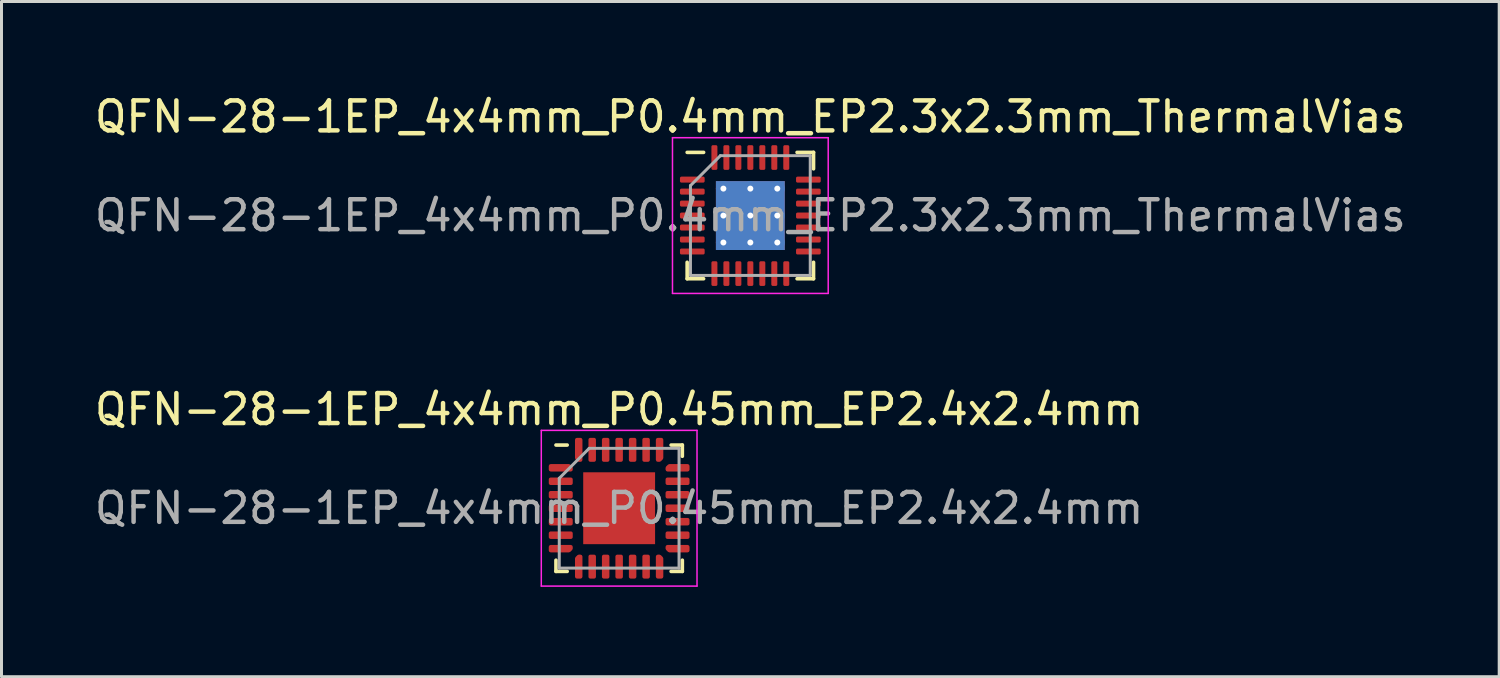
<source format=kicad_pcb>
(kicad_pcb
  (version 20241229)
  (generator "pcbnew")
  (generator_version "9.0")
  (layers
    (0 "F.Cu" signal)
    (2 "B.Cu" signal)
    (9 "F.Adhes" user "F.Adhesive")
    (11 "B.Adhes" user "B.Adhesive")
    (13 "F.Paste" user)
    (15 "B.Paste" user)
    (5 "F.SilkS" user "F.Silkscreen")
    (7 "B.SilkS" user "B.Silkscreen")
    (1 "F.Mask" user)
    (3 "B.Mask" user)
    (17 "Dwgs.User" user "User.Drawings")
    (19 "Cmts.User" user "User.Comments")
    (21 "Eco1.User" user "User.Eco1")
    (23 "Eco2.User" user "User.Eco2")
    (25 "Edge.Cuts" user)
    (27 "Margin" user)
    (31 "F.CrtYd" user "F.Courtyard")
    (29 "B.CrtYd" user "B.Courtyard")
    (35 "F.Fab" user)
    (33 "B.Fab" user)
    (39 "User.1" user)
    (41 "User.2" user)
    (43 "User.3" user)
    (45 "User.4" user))
  (footprint "QFN-28-1EP_4x4mm_P0.45mm_EP2.4x2.4mm"
    (layer "F.Cu")
    (at 17.625 13.921)
    (property "Reference" "QFN-28-1EP_4x4mm_P0.45mm_EP2.4x2.4mm" (at 0 -3.3 0) (layer "F.SilkS") (effects (font (size 1 1) (thickness 0.15))))
    (attr smd)
    (fp_line (start -2.11 2.11) (end -2.11 1.735) (stroke (width 0.12) (type solid)) (layer "F.SilkS"))
    (fp_line (start -1.735 -2.11) (end -2.11 -2.11) (stroke (width 0.12) (type solid)) (layer "F.SilkS"))
    (fp_line (start -1.735 2.11) (end -2.11 2.11) (stroke (width 0.12) (type solid)) (layer "F.SilkS"))
    (fp_line (start 1.735 -2.11) (end 2.11 -2.11) (stroke (width 0.12) (type solid)) (layer "F.SilkS"))
    (fp_line (start 1.735 2.11) (end 2.11 2.11) (stroke (width 0.12) (type solid)) (layer "F.SilkS"))
    (fp_line (start 2.11 -2.11) (end 2.11 -1.735) (stroke (width 0.12) (type solid)) (layer "F.SilkS"))
    (fp_line (start 2.11 2.11) (end 2.11 1.735) (stroke (width 0.12) (type solid)) (layer "F.SilkS"))
    (fp_line (start -2.6 -2.6) (end -2.6 2.6) (stroke (width 0.05) (type solid)) (layer "F.CrtYd"))
    (fp_line (start -2.6 2.6) (end 2.6 2.6) (stroke (width 0.05) (type solid)) (layer "F.CrtYd"))
    (fp_line (start 2.6 -2.6) (end -2.6 -2.6) (stroke (width 0.05) (type solid)) (layer "F.CrtYd"))
    (fp_line (start 2.6 2.6) (end 2.6 -2.6) (stroke (width 0.05) (type solid)) (layer "F.CrtYd"))
    (fp_line (start -2 -1) (end -1 -2) (stroke (width 0.1) (type solid)) (layer "F.Fab"))
    (fp_line (start -2 2) (end -2 -1) (stroke (width 0.1) (type solid)) (layer "F.Fab"))
    (fp_line (start -1 -2) (end 2 -2) (stroke (width 0.1) (type solid)) (layer "F.Fab"))
    (fp_line (start 2 -2) (end 2 2) (stroke (width 0.1) (type solid)) (layer "F.Fab"))
    (fp_line (start 2 2) (end -2 2) (stroke (width 0.1) (type solid)) (layer "F.Fab"))
    (fp_text user "${REFERENCE}" (at 0 0 0) (layer "F.Fab") (effects (font (size 1 1) (thickness 0.15))))
    (pad "" smd roundrect (at -0.6 -0.6) (size 0.97 0.97) (layers "F.Paste") (roundrect_rratio 0.25))
    (pad "" smd roundrect (at -0.6 0.6) (size 0.97 0.97) (layers "F.Paste") (roundrect_rratio 0.25))
    (pad "" smd roundrect (at 0.6 -0.6) (size 0.97 0.97) (layers "F.Paste") (roundrect_rratio 0.25))
    (pad "" smd roundrect (at 0.6 0.6) (size 0.97 0.97) (layers "F.Paste") (roundrect_rratio 0.25))
    (pad "1" smd custom (at -1.95 -1.35) (size 0.179 0.179) (layers "F.Cu" "F.Mask" "F.Paste") (options (anchor circle)) (primitives (gr_poly (pts (xy -0.338 -0.062) (xy 0.274 -0.062) (xy 0.338 0.001) (xy 0.338 0.062) (xy -0.338 0.062)) (width 0.125) (fill yes))))
    (pad "2" smd roundrect (at -1.95 -0.9) (size 0.8 0.25) (layers "F.Cu" "F.Mask" "F.Paste") (roundrect_rratio 0.25))
    (pad "3" smd roundrect (at -1.95 -0.45) (size 0.8 0.25) (layers "F.Cu" "F.Mask" "F.Paste") (roundrect_rratio 0.25))
    (pad "4" smd roundrect (at -1.95 0) (size 0.8 0.25) (layers "F.Cu" "F.Mask" "F.Paste") (roundrect_rratio 0.25))
    (pad "5" smd roundrect (at -1.95 0.45) (size 0.8 0.25) (layers "F.Cu" "F.Mask" "F.Paste") (roundrect_rratio 0.25))
    (pad "6" smd roundrect (at -1.95 0.9) (size 0.8 0.25) (layers "F.Cu" "F.Mask" "F.Paste") (roundrect_rratio 0.25))
    (pad "7" smd custom (at -1.95 1.35) (size 0.179 0.179) (layers "F.Cu" "F.Mask" "F.Paste") (options (anchor circle)) (primitives (gr_poly (pts (xy -0.338 -0.062) (xy 0.338 -0.062) (xy 0.338 -0.001) (xy 0.274 0.062) (xy -0.338 0.062)) (width 0.125) (fill yes))))
    (pad "8" smd custom (at -1.35 1.95) (size 0.179 0.179) (layers "F.Cu" "F.Mask" "F.Paste") (options (anchor circle)) (primitives (gr_poly (pts (xy -0.062 -0.274) (xy 0.001 -0.338) (xy 0.062 -0.338) (xy 0.062 0.338) (xy -0.062 0.338)) (width 0.125) (fill yes))))
    (pad "9" smd roundrect (at -0.9 1.95) (size 0.25 0.8) (layers "F.Cu" "F.Mask" "F.Paste") (roundrect_rratio 0.25))
    (pad "10" smd roundrect (at -0.45 1.95) (size 0.25 0.8) (layers "F.Cu" "F.Mask" "F.Paste") (roundrect_rratio 0.25))
    (pad "11" smd roundrect (at 0 1.95) (size 0.25 0.8) (layers "F.Cu" "F.Mask" "F.Paste") (roundrect_rratio 0.25))
    (pad "12" smd roundrect (at 0.45 1.95) (size 0.25 0.8) (layers "F.Cu" "F.Mask" "F.Paste") (roundrect_rratio 0.25))
    (pad "13" smd roundrect (at 0.9 1.95) (size 0.25 0.8) (layers "F.Cu" "F.Mask" "F.Paste") (roundrect_rratio 0.25))
    (pad "14" smd custom (at 1.35 1.95) (size 0.179 0.179) (layers "F.Cu" "F.Mask" "F.Paste") (options (anchor circle)) (primitives (gr_poly (pts (xy -0.062 -0.338) (xy -0.001 -0.338) (xy 0.062 -0.274) (xy 0.062 0.338) (xy -0.062 0.338)) (width 0.125) (fill yes))))
    (pad "15" smd custom (at 1.95 1.35) (size 0.179 0.179) (layers "F.Cu" "F.Mask" "F.Paste") (options (anchor circle)) (primitives (gr_poly (pts (xy -0.338 -0.062) (xy 0.338 -0.062) (xy 0.338 0.062) (xy -0.274 0.062) (xy -0.338 -0.001)) (width 0.125) (fill yes))))
    (pad "16" smd roundrect (at 1.95 0.9) (size 0.8 0.25) (layers "F.Cu" "F.Mask" "F.Paste") (roundrect_rratio 0.25))
    (pad "17" smd roundrect (at 1.95 0.45) (size 0.8 0.25) (layers "F.Cu" "F.Mask" "F.Paste") (roundrect_rratio 0.25))
    (pad "18" smd roundrect (at 1.95 0) (size 0.8 0.25) (layers "F.Cu" "F.Mask" "F.Paste") (roundrect_rratio 0.25))
    (pad "19" smd roundrect (at 1.95 -0.45) (size 0.8 0.25) (layers "F.Cu" "F.Mask" "F.Paste") (roundrect_rratio 0.25))
    (pad "20" smd roundrect (at 1.95 -0.9) (size 0.8 0.25) (layers "F.Cu" "F.Mask" "F.Paste") (roundrect_rratio 0.25))
    (pad "21" smd custom (at 1.95 -1.35) (size 0.179 0.179) (layers "F.Cu" "F.Mask" "F.Paste") (options (anchor circle)) (primitives (gr_poly (pts (xy -0.338 0.001) (xy -0.274 -0.062) (xy 0.338 -0.062) (xy 0.338 0.062) (xy -0.338 0.062)) (width 0.125) (fill yes))))
    (pad "22" smd custom (at 1.35 -1.95) (size 0.179 0.179) (layers "F.Cu" "F.Mask" "F.Paste") (options (anchor circle)) (primitives (gr_poly (pts (xy -0.062 -0.338) (xy 0.062 -0.338) (xy 0.062 0.274) (xy -0.001 0.338) (xy -0.062 0.338)) (width 0.125) (fill yes))))
    (pad "23" smd roundrect (at 0.9 -1.95) (size 0.25 0.8) (layers "F.Cu" "F.Mask" "F.Paste") (roundrect_rratio 0.25))
    (pad "24" smd roundrect (at 0.45 -1.95) (size 0.25 0.8) (layers "F.Cu" "F.Mask" "F.Paste") (roundrect_rratio 0.25))
    (pad "25" smd roundrect (at 0 -1.95) (size 0.25 0.8) (layers "F.Cu" "F.Mask" "F.Paste") (roundrect_rratio 0.25))
    (pad "26" smd roundrect (at -0.45 -1.95) (size 0.25 0.8) (layers "F.Cu" "F.Mask" "F.Paste") (roundrect_rratio 0.25))
    (pad "27" smd roundrect (at -0.9 -1.95) (size 0.25 0.8) (layers "F.Cu" "F.Mask" "F.Paste") (roundrect_rratio 0.25))
    (pad "28" smd custom (at -1.35 -1.95) (size 0.179 0.179) (layers "F.Cu" "F.Mask" "F.Paste") (options (anchor circle)) (primitives (gr_poly (pts (xy -0.062 -0.338) (xy 0.062 -0.338) (xy 0.062 0.338) (xy 0.001 0.338) (xy -0.062 0.274)) (width 0.125) (fill yes))))
    (pad "29" smd rect (at 0 0) (size 2.4 2.4) (layers "F.Cu" "F.Mask")))
  (footprint "QFN-28-1EP_4x4mm_P0.4mm_EP2.3x2.3mm_ThermalVias"
    (layer "F.Cu")
    (at 22.006 4.148)
    (property "Reference" "QFN-28-1EP_4x4mm_P0.4mm_EP2.3x2.3mm_ThermalVias" (at 0 -3.3 0) (layer "F.SilkS") (effects (font (size 1 1) (thickness 0.15))))
    (attr smd)
    (fp_line (start -2.11 2.11) (end -2.11 1.56) (stroke (width 0.12) (type solid)) (layer "F.SilkS"))
    (fp_line (start -1.56 -2.11) (end -2.11 -2.11) (stroke (width 0.12) (type solid)) (layer "F.SilkS"))
    (fp_line (start -1.56 2.11) (end -2.11 2.11) (stroke (width 0.12) (type solid)) (layer "F.SilkS"))
    (fp_line (start 1.56 -2.11) (end 2.11 -2.11) (stroke (width 0.12) (type solid)) (layer "F.SilkS"))
    (fp_line (start 1.56 2.11) (end 2.11 2.11) (stroke (width 0.12) (type solid)) (layer "F.SilkS"))
    (fp_line (start 2.11 -2.11) (end 2.11 -1.56) (stroke (width 0.12) (type solid)) (layer "F.SilkS"))
    (fp_line (start 2.11 2.11) (end 2.11 1.56) (stroke (width 0.12) (type solid)) (layer "F.SilkS"))
    (fp_line (start -2.6 -2.6) (end -2.6 2.6) (stroke (width 0.05) (type solid)) (layer "F.CrtYd"))
    (fp_line (start -2.6 2.6) (end 2.6 2.6) (stroke (width 0.05) (type solid)) (layer "F.CrtYd"))
    (fp_line (start 2.6 -2.6) (end -2.6 -2.6) (stroke (width 0.05) (type solid)) (layer "F.CrtYd"))
    (fp_line (start 2.6 2.6) (end 2.6 -2.6) (stroke (width 0.05) (type solid)) (layer "F.CrtYd"))
    (fp_line (start -2 -1) (end -1 -2) (stroke (width 0.1) (type solid)) (layer "F.Fab"))
    (fp_line (start -2 2) (end -2 -1) (stroke (width 0.1) (type solid)) (layer "F.Fab"))
    (fp_line (start -1 -2) (end 2 -2) (stroke (width 0.1) (type solid)) (layer "F.Fab"))
    (fp_line (start 2 -2) (end 2 2) (stroke (width 0.1) (type solid)) (layer "F.Fab"))
    (fp_line (start 2 2) (end -2 2) (stroke (width 0.1) (type solid)) (layer "F.Fab"))
    (fp_text user "${REFERENCE}" (at 0 0 0) (layer "F.Fab") (effects (font (size 1 1) (thickness 0.15))))
    (pad "" smd roundrect (at -0.575 -0.575) (size 1 1) (layers "F.Paste") (roundrect_rratio 0.25))
    (pad "" smd roundrect (at -0.575 0.575) (size 1 1) (layers "F.Paste") (roundrect_rratio 0.25))
    (pad "" smd roundrect (at 0.575 -0.575) (size 1 1) (layers "F.Paste") (roundrect_rratio 0.25))
    (pad "" smd roundrect (at 0.575 0.575) (size 1 1) (layers "F.Paste") (roundrect_rratio 0.25))
    (pad "1" smd roundrect (at -1.938 -1.2) (size 0.825 0.2) (layers "F.Cu" "F.Mask" "F.Paste") (roundrect_rratio 0.25))
    (pad "2" smd roundrect (at -1.938 -0.8) (size 0.825 0.2) (layers "F.Cu" "F.Mask" "F.Paste") (roundrect_rratio 0.25))
    (pad "3" smd roundrect (at -1.938 -0.4) (size 0.825 0.2) (layers "F.Cu" "F.Mask" "F.Paste") (roundrect_rratio 0.25))
    (pad "4" smd roundrect (at -1.938 0) (size 0.825 0.2) (layers "F.Cu" "F.Mask" "F.Paste") (roundrect_rratio 0.25))
    (pad "5" smd roundrect (at -1.938 0.4) (size 0.825 0.2) (layers "F.Cu" "F.Mask" "F.Paste") (roundrect_rratio 0.25))
    (pad "6" smd roundrect (at -1.938 0.8) (size 0.825 0.2) (layers "F.Cu" "F.Mask" "F.Paste") (roundrect_rratio 0.25))
    (pad "7" smd roundrect (at -1.938 1.2) (size 0.825 0.2) (layers "F.Cu" "F.Mask" "F.Paste") (roundrect_rratio 0.25))
    (pad "8" smd roundrect (at -1.2 1.938) (size 0.2 0.825) (layers "F.Cu" "F.Mask" "F.Paste") (roundrect_rratio 0.25))
    (pad "9" smd roundrect (at -0.8 1.938) (size 0.2 0.825) (layers "F.Cu" "F.Mask" "F.Paste") (roundrect_rratio 0.25))
    (pad "10" smd roundrect (at -0.4 1.938) (size 0.2 0.825) (layers "F.Cu" "F.Mask" "F.Paste") (roundrect_rratio 0.25))
    (pad "11" smd roundrect (at 0 1.938) (size 0.2 0.825) (layers "F.Cu" "F.Mask" "F.Paste") (roundrect_rratio 0.25))
    (pad "12" smd roundrect (at 0.4 1.938) (size 0.2 0.825) (layers "F.Cu" "F.Mask" "F.Paste") (roundrect_rratio 0.25))
    (pad "13" smd roundrect (at 0.8 1.938) (size 0.2 0.825) (layers "F.Cu" "F.Mask" "F.Paste") (roundrect_rratio 0.25))
    (pad "14" smd roundrect (at 1.2 1.938) (size 0.2 0.825) (layers "F.Cu" "F.Mask" "F.Paste") (roundrect_rratio 0.25))
    (pad "15" smd roundrect (at 1.938 1.2) (size 0.825 0.2) (layers "F.Cu" "F.Mask" "F.Paste") (roundrect_rratio 0.25))
    (pad "16" smd roundrect (at 1.938 0.8) (size 0.825 0.2) (layers "F.Cu" "F.Mask" "F.Paste") (roundrect_rratio 0.25))
    (pad "17" smd roundrect (at 1.938 0.4) (size 0.825 0.2) (layers "F.Cu" "F.Mask" "F.Paste") (roundrect_rratio 0.25))
    (pad "18" smd roundrect (at 1.938 0) (size 0.825 0.2) (layers "F.Cu" "F.Mask" "F.Paste") (roundrect_rratio 0.25))
    (pad "19" smd roundrect (at 1.938 -0.4) (size 0.825 0.2) (layers "F.Cu" "F.Mask" "F.Paste") (roundrect_rratio 0.25))
    (pad "20" smd roundrect (at 1.938 -0.8) (size 0.825 0.2) (layers "F.Cu" "F.Mask" "F.Paste") (roundrect_rratio 0.25))
    (pad "21" smd roundrect (at 1.938 -1.2) (size 0.825 0.2) (layers "F.Cu" "F.Mask" "F.Paste") (roundrect_rratio 0.25))
    (pad "22" smd roundrect (at 1.2 -1.938) (size 0.2 0.825) (layers "F.Cu" "F.Mask" "F.Paste") (roundrect_rratio 0.25))
    (pad "23" smd roundrect (at 0.8 -1.938) (size 0.2 0.825) (layers "F.Cu" "F.Mask" "F.Paste") (roundrect_rratio 0.25))
    (pad "24" smd roundrect (at 0.4 -1.938) (size 0.2 0.825) (layers "F.Cu" "F.Mask" "F.Paste") (roundrect_rratio 0.25))
    (pad "25" smd roundrect (at 0 -1.938) (size 0.2 0.825) (layers "F.Cu" "F.Mask" "F.Paste") (roundrect_rratio 0.25))
    (pad "26" smd roundrect (at -0.4 -1.938) (size 0.2 0.825) (layers "F.Cu" "F.Mask" "F.Paste") (roundrect_rratio 0.25))
    (pad "27" smd roundrect (at -0.8 -1.938) (size 0.2 0.825) (layers "F.Cu" "F.Mask" "F.Paste") (roundrect_rratio 0.25))
    (pad "28" smd roundrect (at -1.2 -1.938) (size 0.2 0.825) (layers "F.Cu" "F.Mask" "F.Paste") (roundrect_rratio 0.25))
    (pad "29" thru_hole circle (at -0.9 -0.9) (size 0.5 0.5) (drill 0.2) (layers "*.Cu"))
    (pad "29" thru_hole circle (at -0.9 0) (size 0.5 0.5) (drill 0.2) (layers "*.Cu"))
    (pad "29" thru_hole circle (at -0.9 0.9) (size 0.5 0.5) (drill 0.2) (layers "*.Cu"))
    (pad "29" thru_hole circle (at 0 -0.9) (size 0.5 0.5) (drill 0.2) (layers "*.Cu"))
    (pad "29" thru_hole circle (at 0 0) (size 0.5 0.5) (drill 0.2) (layers "*.Cu"))
    (pad "29" smd rect (at 0 0) (size 2.3 2.3) (layers "F.Cu" "F.Mask"))
    (pad "29" smd rect (at 0 0) (size 2.3 2.3) (layers "B.Cu"))
    (pad "29" thru_hole circle (at 0 0.9) (size 0.5 0.5) (drill 0.2) (layers "*.Cu"))
    (pad "29" thru_hole circle (at 0.9 -0.9) (size 0.5 0.5) (drill 0.2) (layers "*.Cu"))
    (pad "29" thru_hole circle (at 0.9 0) (size 0.5 0.5) (drill 0.2) (layers "*.Cu"))
    (pad "29" thru_hole circle (at 0.9 0.9) (size 0.5 0.5) (drill 0.2) (layers "*.Cu")))
  (gr_rect
    (start -3 -3)
    (end 47.012 19.547)
    (stroke (width 0.1) (type default))
    (fill no)
    (layer "Edge.Cuts")))
</source>
